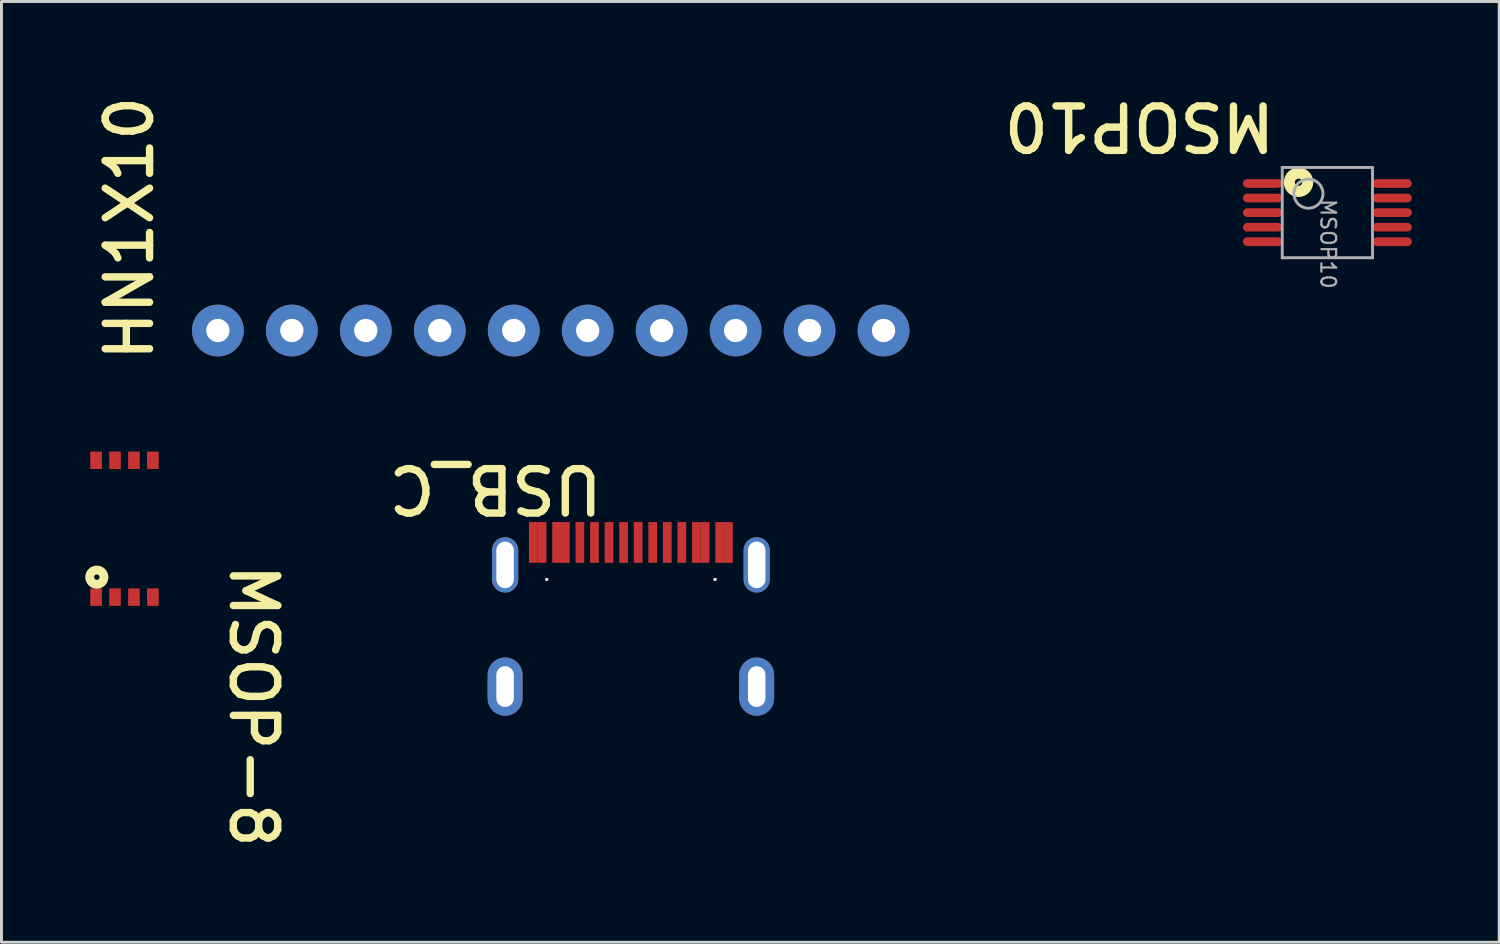
<source format=kicad_pcb>
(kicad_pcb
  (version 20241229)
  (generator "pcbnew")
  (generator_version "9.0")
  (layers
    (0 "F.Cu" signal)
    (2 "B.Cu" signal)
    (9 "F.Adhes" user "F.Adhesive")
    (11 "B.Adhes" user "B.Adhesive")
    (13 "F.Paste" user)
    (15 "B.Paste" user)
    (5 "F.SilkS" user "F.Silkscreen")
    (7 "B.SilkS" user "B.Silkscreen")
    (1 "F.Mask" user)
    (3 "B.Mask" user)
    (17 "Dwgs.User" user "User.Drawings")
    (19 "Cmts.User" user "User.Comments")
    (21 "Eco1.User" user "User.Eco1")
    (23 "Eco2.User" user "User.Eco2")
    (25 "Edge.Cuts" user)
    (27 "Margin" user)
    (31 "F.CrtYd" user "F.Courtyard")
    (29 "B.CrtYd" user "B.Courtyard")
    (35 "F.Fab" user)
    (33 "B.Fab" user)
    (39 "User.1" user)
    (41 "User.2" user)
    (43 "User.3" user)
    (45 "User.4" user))
  (footprint "HN1X10"
    (layer "F.Cu")
    (at 8.242 8.3)
    (property "Reference" "HN1X10" (at -5.956 1.156 90) (unlocked yes) (layer "F.SilkS") (effects (font (size 1.524 1.524) (thickness 0.254)) (justify left bottom)))
    (pad "1" thru_hole circle (at -3.81 0) (size 1.778 1.778) (drill 0.8) (layers "*.Cu" "*.Mask"))
    (pad "2" thru_hole circle (at -1.27 0) (size 1.778 1.778) (drill 0.8) (layers "*.Cu" "*.Mask"))
    (pad "3" thru_hole circle (at 1.27 0) (size 1.778 1.778) (drill 0.8) (layers "*.Cu" "*.Mask"))
    (pad "4" thru_hole circle (at 3.81 0) (size 1.778 1.778) (drill 0.8) (layers "*.Cu" "*.Mask"))
    (pad "5" thru_hole circle (at 6.35 0) (size 1.778 1.778) (drill 0.8) (layers "*.Cu" "*.Mask"))
    (pad "6" thru_hole circle (at 8.89 0) (size 1.778 1.778) (drill 0.8) (layers "*.Cu" "*.Mask"))
    (pad "7" thru_hole circle (at 11.43 0) (size 1.778 1.778) (drill 0.8) (layers "*.Cu" "*.Mask"))
    (pad "8" thru_hole circle (at 13.97 0) (size 1.778 1.778) (drill 0.8) (layers "*.Cu" "*.Mask"))
    (pad "9" thru_hole circle (at 16.51 0) (size 1.778 1.778) (drill 0.8) (layers "*.Cu" "*.Mask"))
    (pad "10" thru_hole circle (at 19.05 0) (size 1.778 1.778) (drill 0.8) (layers "*.Cu" "*.Mask")))
  (footprint "MSOP-8"
    (layer "F.Cu")
    (at 0.25 17.456)
    (property "Reference" "MSOP-8" (at 4.513 -1.259 270) (unlocked yes) (layer "F.SilkS") (effects (font (size 1.524 1.524) (thickness 0.254)) (justify left bottom)))
    (fp_circle (center 0.025 -0.686) (end 0.117 -0.686) (stroke (width 0.305) (type solid)) (fill no) (layer "F.SilkS"))
    (pad "1" smd rect (at 0 0 180) (size 0.4 0.6) (layers "F.Cu" "F.Mask" "F.Paste"))
    (pad "2" smd rect (at 0.65 0 180) (size 0.4 0.6) (layers "F.Cu" "F.Mask" "F.Paste"))
    (pad "3" smd rect (at 1.3 0 180) (size 0.4 0.6) (layers "F.Cu" "F.Mask" "F.Paste"))
    (pad "4" smd rect (at 1.95 0 180) (size 0.4 0.6) (layers "F.Cu" "F.Mask" "F.Paste"))
    (pad "5" smd rect (at 1.95 -4.7 180) (size 0.4 0.6) (layers "F.Cu" "F.Mask" "F.Paste"))
    (pad "6" smd rect (at 1.3 -4.7 180) (size 0.4 0.6) (layers "F.Cu" "F.Mask" "F.Paste"))
    (pad "7" smd rect (at 0.65 -4.7 180) (size 0.4 0.6) (layers "F.Cu" "F.Mask" "F.Paste"))
    (pad "8" smd rect (at 0 -4.7 180) (size 0.4 0.6) (layers "F.Cu" "F.Mask" "F.Paste")))
  (footprint "USB_C"
    (layer "F.Cu")
    (at 18.615 15.778)
    (property "Reference" "USB_C" (at -0.851 -2.934 180) (unlocked yes) (layer "F.SilkS") (effects (font (size 1.524 1.524) (thickness 0.254)) (justify left bottom)))
    (pad "" np_thru_hole rect (at -2.89 1.07) (size 0.1 0.1) (drill 0.65) (layers "*.Cu" "*.Mask"))
    (pad "" np_thru_hole rect (at 2.89 1.07) (size 0.1 0.1) (drill 0.65) (layers "*.Cu" "*.Mask"))
    (pad "0" thru_hole oval (at -4.32 0.57 180) (size 0.9 1.9) (drill oval 0.6 1.6) (layers "*.Cu" "*.Mask"))
    (pad "1" thru_hole oval (at 4.32 0.57 180) (size 0.9 1.9) (drill oval 0.6 1.6) (layers "*.Cu" "*.Mask"))
    (pad "2" thru_hole oval (at 4.32 4.75 180) (size 1.2 2) (drill oval 0.6 1.4) (layers "*.Cu" "*.Mask"))
    (pad "3" thru_hole oval (at -4.32 4.75 180) (size 1.2 2) (drill oval 0.6 1.4) (layers "*.Cu" "*.Mask"))
    (pad "A1" smd rect (at -3.35 -0.2 180) (size 0.3 1.4) (layers "F.Cu" "F.Mask" "F.Paste"))
    (pad "A4" smd rect (at -2.55 -0.2 180) (size 0.3 1.4) (layers "F.Cu" "F.Mask" "F.Paste"))
    (pad "A5" smd rect (at -1.25 -0.2 180) (size 0.3 1.4) (layers "F.Cu" "F.Mask" "F.Paste"))
    (pad "A6" smd rect (at -0.25 -0.2 180) (size 0.3 1.4) (layers "F.Cu" "F.Mask" "F.Paste"))
    (pad "A7" smd rect (at 0.25 -0.2 180) (size 0.3 1.4) (layers "F.Cu" "F.Mask" "F.Paste"))
    (pad "A8" smd rect (at 1.25 -0.2 180) (size 0.3 1.4) (layers "F.Cu" "F.Mask" "F.Paste"))
    (pad "A9" smd rect (at 2.55 -0.2 180) (size 0.3 1.4) (layers "F.Cu" "F.Mask" "F.Paste"))
    (pad "A12" smd rect (at 3.35 -0.2 180) (size 0.3 1.4) (layers "F.Cu" "F.Mask" "F.Paste"))
    (pad "B1" smd rect (at 3.05 -0.2 180) (size 0.3 1.4) (layers "F.Cu" "F.Mask" "F.Paste"))
    (pad "B4" smd rect (at 2.25 -0.2 180) (size 0.3 1.4) (layers "F.Cu" "F.Mask" "F.Paste"))
    (pad "B5" smd rect (at 1.75 -0.2 180) (size 0.3 1.4) (layers "F.Cu" "F.Mask" "F.Paste"))
    (pad "B6" smd rect (at 0.75 -0.2 180) (size 0.3 1.4) (layers "F.Cu" "F.Mask" "F.Paste"))
    (pad "B7" smd rect (at -0.75 -0.2 180) (size 0.3 1.4) (layers "F.Cu" "F.Mask" "F.Paste"))
    (pad "B8" smd rect (at -1.75 -0.2 180) (size 0.3 1.4) (layers "F.Cu" "F.Mask" "F.Paste"))
    (pad "B9" smd rect (at -2.25 -0.2 180) (size 0.3 1.4) (layers "F.Cu" "F.Mask" "F.Paste"))
    (pad "B12" smd rect (at -3.05 -0.2 180) (size 0.3 1.4) (layers "F.Cu" "F.Mask" "F.Paste")))
  (footprint "MSOP10"
    (layer "F.Cu")
    (at 42.533 4.251)
    (property "Reference" "MSOP10" (at -1.678 -3.862 180) (unlocked yes) (layer "F.SilkS") (effects (font (size 1.524 1.524) (thickness 0.254)) (justify left bottom)))
    (property "Value" "CH340E" (at -1.678 5.205 180) (unlocked yes) (layer "F.SilkS") (hide yes) (effects (font (size 1.524 1.524) (thickness 0.254)) (justify left bottom)))
    (fp_circle (center -0.991 -1.041) (end -0.991 -1.166) (stroke (width 0.381) (type solid)) (fill no) (layer "F.SilkS"))
    (fp_line (start 0 0.5) (end 0 -0.5) (stroke (width 0.1) (type solid)) (layer "Eco1.User"))
    (fp_line (start 0.5 0) (end -0.5 0) (stroke (width 0.1) (type solid)) (layer "Eco1.User"))
    (fp_line (start -1.55 1.55) (end -1.55 -1.55) (stroke (width 0.1) (type solid)) (layer "F.Fab"))
    (fp_line (start 1.55 -1.55) (end -1.55 -1.55) (stroke (width 0.1) (type solid)) (layer "F.Fab"))
    (fp_line (start 1.55 1.55) (end -1.55 1.55) (stroke (width 0.1) (type solid)) (layer "F.Fab"))
    (fp_line (start 1.55 1.55) (end 1.55 -1.55) (stroke (width 0.1) (type solid)) (layer "F.Fab"))
    (fp_circle (center -0.65 -0.65) (end -0.65 -1.15) (stroke (width 0.1) (type solid)) (fill no) (layer "F.Fab"))
    (fp_text user "${VALUE}" (at -2.1 0.025 180) (unlocked yes) (layer "Eco1.User") (effects (font (size 0.508 0.508) (thickness 0.076))))
    (fp_text user "${REFERENCE}" (at 0.025 1.075 270) (unlocked yes) (layer "F.Fab") (effects (font (size 0.508 0.508) (thickness 0.076))))
    (pad "1" smd oval (at -2.225 -1 270) (size 0.3 1.35) (layers "F.Cu" "F.Mask" "F.Paste"))
    (pad "2" smd oval (at -2.225 -0.5 270) (size 0.3 1.35) (layers "F.Cu" "F.Mask" "F.Paste"))
    (pad "3" smd oval (at -2.225 0 270) (size 0.3 1.35) (layers "F.Cu" "F.Mask" "F.Paste"))
    (pad "4" smd oval (at -2.225 0.5 270) (size 0.3 1.35) (layers "F.Cu" "F.Mask" "F.Paste"))
    (pad "5" smd oval (at -2.225 1 270) (size 0.3 1.35) (layers "F.Cu" "F.Mask" "F.Paste"))
    (pad "6" smd oval (at 2.225 1 270) (size 0.3 1.35) (layers "F.Cu" "F.Mask" "F.Paste"))
    (pad "7" smd oval (at 2.225 0.5 270) (size 0.3 1.35) (layers "F.Cu" "F.Mask" "F.Paste"))
    (pad "8" smd oval (at 2.225 0 270) (size 0.3 1.35) (layers "F.Cu" "F.Mask" "F.Paste"))
    (pad "9" smd oval (at 2.225 -0.5 270) (size 0.3 1.35) (layers "F.Cu" "F.Mask" "F.Paste"))
    (pad "10" smd oval (at 2.225 -1 270) (size 0.3 1.35) (layers "F.Cu" "F.Mask" "F.Paste")))
  (gr_rect
    (start -3 -3)
    (end 48.433 29.307)
    (stroke (width 0.1) (type default))
    (fill no)
    (layer "Edge.Cuts")))
</source>
